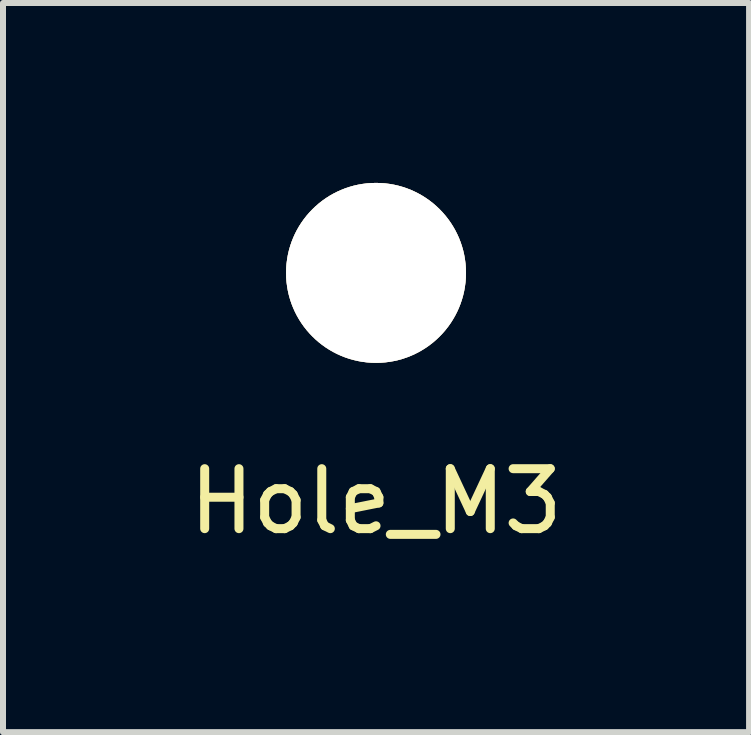
<source format=kicad_pcb>
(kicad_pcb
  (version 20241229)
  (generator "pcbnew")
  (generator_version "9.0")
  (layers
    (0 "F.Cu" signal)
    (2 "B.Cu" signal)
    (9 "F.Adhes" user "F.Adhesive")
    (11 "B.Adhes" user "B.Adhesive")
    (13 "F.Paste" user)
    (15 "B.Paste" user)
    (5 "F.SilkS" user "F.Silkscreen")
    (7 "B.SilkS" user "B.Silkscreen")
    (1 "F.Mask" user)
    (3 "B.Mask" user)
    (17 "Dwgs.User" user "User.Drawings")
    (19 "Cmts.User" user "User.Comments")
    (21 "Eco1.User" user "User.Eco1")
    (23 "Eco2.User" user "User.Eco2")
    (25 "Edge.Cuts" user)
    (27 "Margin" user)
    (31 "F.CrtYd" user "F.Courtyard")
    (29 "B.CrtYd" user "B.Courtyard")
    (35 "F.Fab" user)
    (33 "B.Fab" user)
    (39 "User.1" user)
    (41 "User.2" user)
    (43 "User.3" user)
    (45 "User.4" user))
  (footprint "Hole_M3"
    (layer "F.Cu")
    (at 3.22 1.5)
    (property "Reference" "Hole_M3" (at 0 3.81 0) (layer "F.SilkS") (effects (font (size 1 1) (thickness 0.15))))
    (attr through_hole)
    (pad "M3" thru_hole circle (at 0 0) (size 3 3) (drill 3) (layers "*.Cu" "*.Mask" "F.SilkS")))
  (gr_rect
    (start -3 -3)
    (end 9.44 9.158)
    (stroke (width 0.1) (type default))
    (fill no)
    (layer "Edge.Cuts")))
</source>
